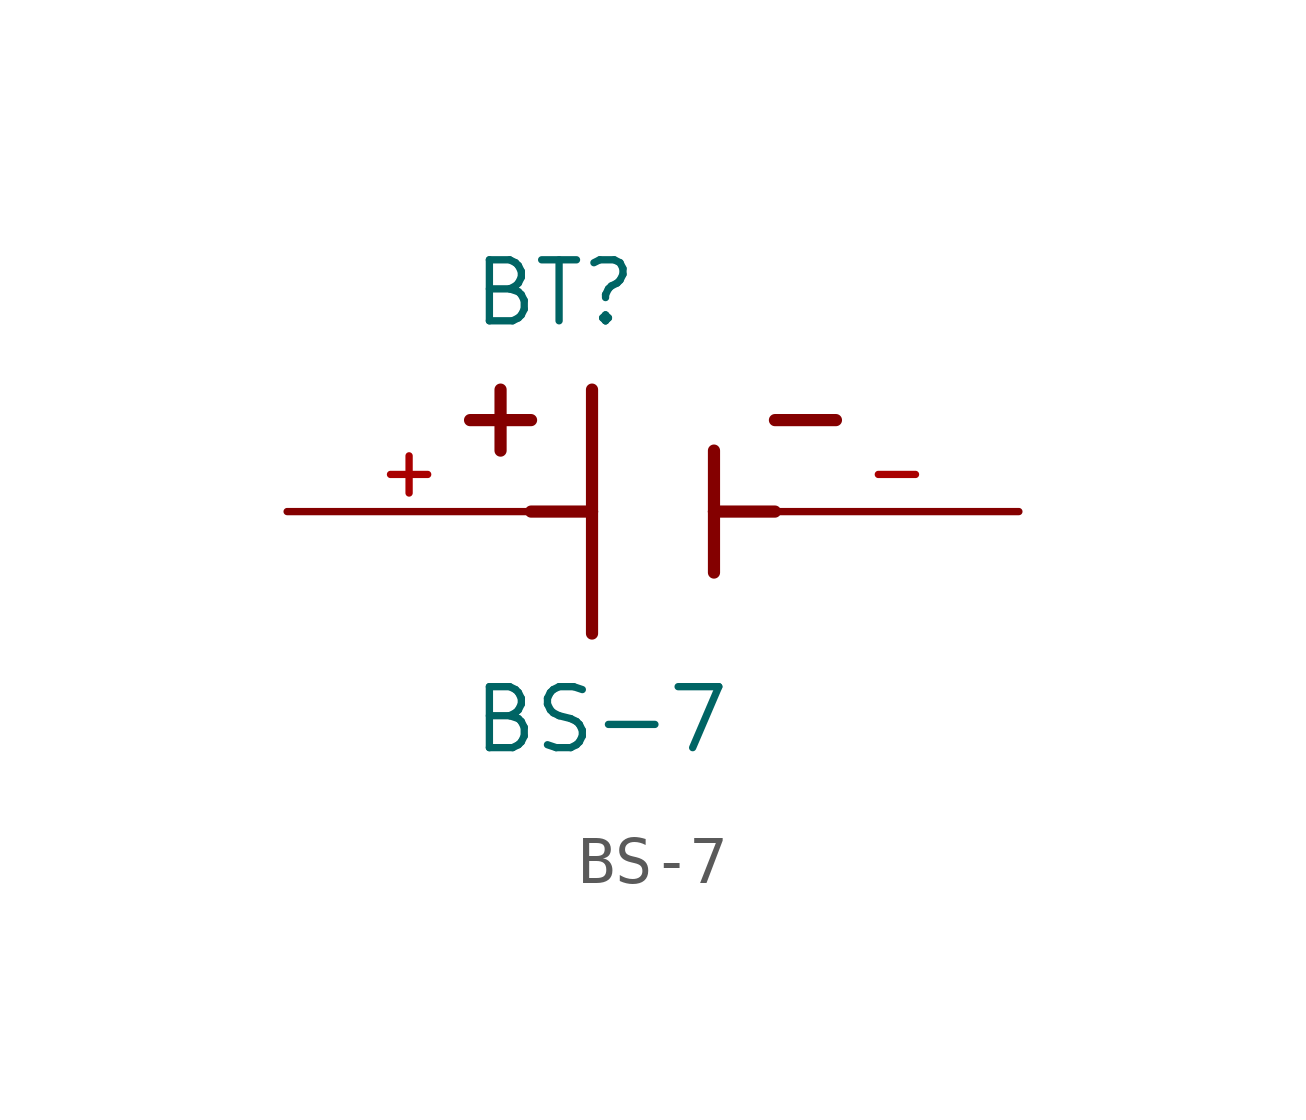
<source format=kicad_sym>
(kicad_symbol_lib
  (version 20231120)
  (generator "kicad_symbol_editor")
  (generator_version "8.0")
  (symbol "BS-7"
    (pin_names
      (offset 1.016))
    (property "Reference" "BT"
      (at -3.81 3.81 0)
      (effects (font (size 1.27 1.27)) (justify left bottom)))
    (property "Value" "BS-7"
      (at -3.81 -5.08 0)
      (effects (font (size 1.27 1.27)) (justify left bottom)))
    (symbol "BS-7_0_0"
      (polyline (pts (xy -3.81 1.905) (xy -2.54 1.905)) (stroke (width 0.254) (type default)) (fill (type none)))
      (polyline (pts (xy -3.175 2.54) (xy -3.175 1.27)) (stroke (width 0.254) (type default)) (fill (type none)))
      (polyline (pts (xy -1.27 0) (xy -2.54 0)) (stroke (width 0.254) (type default)) (fill (type none)))
      (polyline (pts (xy -1.27 0) (xy -1.27 -2.54)) (stroke (width 0.254) (type default)) (fill (type none)))
      (polyline (pts (xy -1.27 2.54) (xy -1.27 0)) (stroke (width 0.254) (type default)) (fill (type none)))
      (polyline (pts (xy 1.27 0) (xy 1.27 -1.27)) (stroke (width 0.254) (type default)) (fill (type none)))
      (polyline (pts (xy 1.27 0) (xy 2.54 0)) (stroke (width 0.254) (type default)) (fill (type none)))
      (polyline (pts (xy 1.27 1.27) (xy 1.27 0)) (stroke (width 0.254) (type default)) (fill (type none)))
      (polyline (pts (xy 2.54 1.905) (xy 3.81 1.905)) (stroke (width 0.254) (type default)) (fill (type none)))
      (pin passive line (at -7.62 0 0) (length 5.08) (name "~" (effects (font (size 1.016 1.016)))) (number "+" (effects (font (size 1.016 1.016)))))
      (pin passive line (at 7.62 0 180) (length 5.08) (name "~" (effects (font (size 1.016 1.016)))) (number "-" (effects (font (size 1.016 1.016))))))))
</source>
